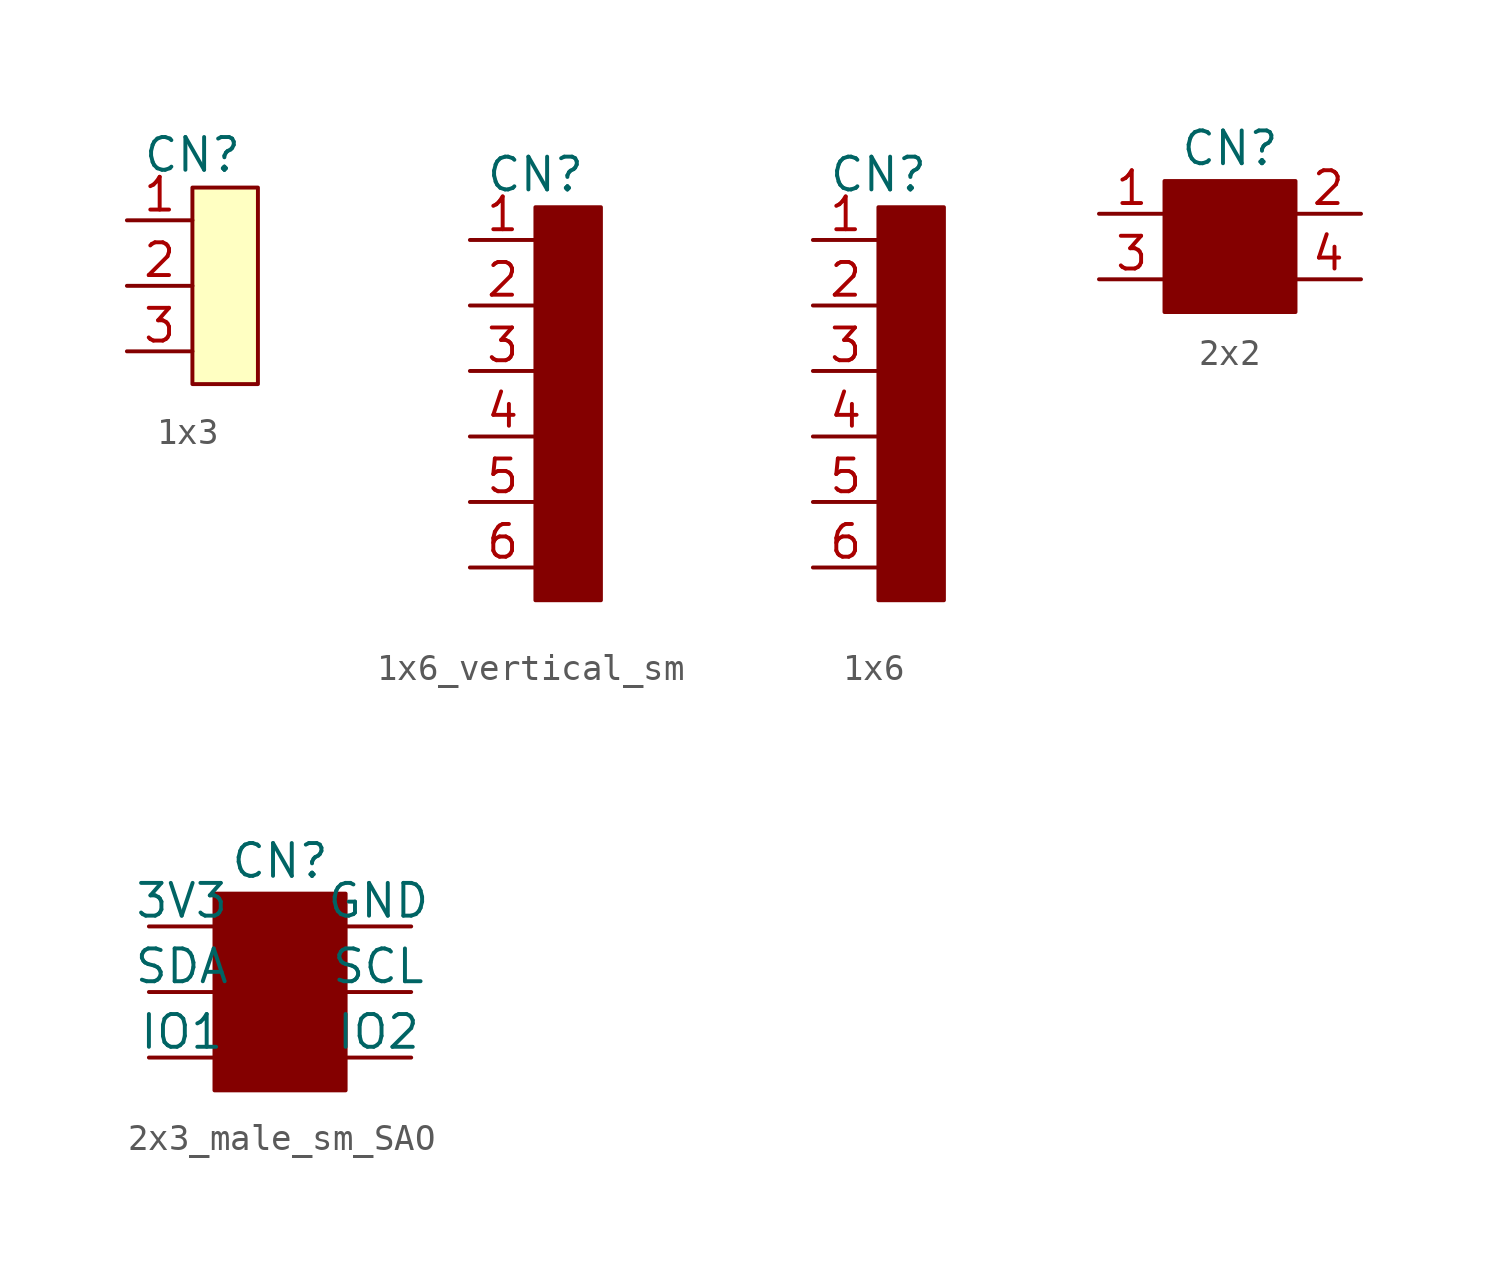
<source format=kicad_sym>
(kicad_symbol_lib
  (version 20220914)
  (generator kicad_symbol_editor)
  (symbol "1x3"
    (pin_names
      (offset 1.016))
    (property "Reference" "CN"
      (at 2.54 5.08 0)
      (effects (font (size 1.27 1.27))))
    (symbol "1x3_1_1"
      (rectangle (start 2.54 3.81) (end 5.08 -3.81) (stroke (width 0) (type solid)) (fill (type background)))
      (pin bidirectional line (at 0 2.54 0) (length 2.54) (name "~" (effects (font (size 1.27 1.27)))) (number "1" (effects (font (size 1.27 1.27)))))
      (pin bidirectional line (at 0 0 0) (length 2.54) (name "~" (effects (font (size 1.27 1.27)))) (number "2" (effects (font (size 1.27 1.27)))))
      (pin bidirectional line (at 0 -2.54 0) (length 2.54) (name "~" (effects (font (size 1.27 1.27)))) (number "3" (effects (font (size 1.27 1.27)))))))
  (symbol "1x6_vertical_sm"
    (pin_names
      (offset 1.016))
    (property "Reference" "CN"
      (at 2.54 7.62 0)
      (effects (font (size 1.27 1.27))))
    (symbol "1x6_vertical_sm_0_1"
      (rectangle (start 2.54 6.35) (end 5.08 -8.89) (stroke (width 0) (type solid)) (fill (type outline))))
    (symbol "1x6_vertical_sm_1_1"
      (pin bidirectional line (at 0 5.08 0) (length 2.54) (name "~" (effects (font (size 1.27 1.27)))) (number "1" (effects (font (size 1.27 1.27)))))
      (pin bidirectional line (at 0 2.54 0) (length 2.54) (name "~" (effects (font (size 1.27 1.27)))) (number "2" (effects (font (size 1.27 1.27)))))
      (pin bidirectional line (at 0 0 0) (length 2.54) (name "~" (effects (font (size 1.27 1.27)))) (number "3" (effects (font (size 1.27 1.27)))))
      (pin bidirectional line (at 0 -2.54 0) (length 2.54) (name "~" (effects (font (size 1.27 1.27)))) (number "4" (effects (font (size 1.27 1.27)))))
      (pin bidirectional line (at 0 -5.08 0) (length 2.54) (name "~" (effects (font (size 1.27 1.27)))) (number "5" (effects (font (size 1.27 1.27)))))
      (pin bidirectional line (at 0 -7.62 0) (length 2.54) (name "~" (effects (font (size 1.27 1.27)))) (number "6" (effects (font (size 1.27 1.27)))))))
  (symbol "1x6"
    (pin_names
      (offset 1.016))
    (property "Reference" "CN"
      (at 2.54 7.62 0)
      (effects (font (size 1.27 1.27))))
    (symbol "1x6_0_1"
      (rectangle (start 2.54 6.35) (end 5.08 -8.89) (stroke (width 0) (type solid)) (fill (type outline))))
    (symbol "1x6_1_1"
      (pin bidirectional line (at 0 5.08 0) (length 2.54) (name "~" (effects (font (size 1.27 1.27)))) (number "1" (effects (font (size 1.27 1.27)))))
      (pin bidirectional line (at 0 2.54 0) (length 2.54) (name "~" (effects (font (size 1.27 1.27)))) (number "2" (effects (font (size 1.27 1.27)))))
      (pin bidirectional line (at 0 0 0) (length 2.54) (name "~" (effects (font (size 1.27 1.27)))) (number "3" (effects (font (size 1.27 1.27)))))
      (pin bidirectional line (at 0 -2.54 0) (length 2.54) (name "~" (effects (font (size 1.27 1.27)))) (number "4" (effects (font (size 1.27 1.27)))))
      (pin bidirectional line (at 0 -5.08 0) (length 2.54) (name "~" (effects (font (size 1.27 1.27)))) (number "5" (effects (font (size 1.27 1.27)))))
      (pin bidirectional line (at 0 -7.62 0) (length 2.54) (name "~" (effects (font (size 1.27 1.27)))) (number "6" (effects (font (size 1.27 1.27)))))))
  (symbol "2x2"
    (pin_names
      (offset 1.016))
    (property "Reference" "CN"
      (at 0 2.54 0)
      (effects (font (size 1.27 1.27))))
    (symbol "2x2_0_1"
      (rectangle (start -2.54 1.27) (end 2.54 -3.81) (stroke (width 0) (type solid)) (fill (type outline))))
    (symbol "2x2_1_1"
      (pin bidirectional line (at -5.08 0 0) (length 2.54) (name "~" (effects (font (size 1.27 1.27)))) (number "1" (effects (font (size 1.27 1.27)))))
      (pin bidirectional line (at 5.08 0 180) (length 2.54) (name "~" (effects (font (size 1.27 1.27)))) (number "2" (effects (font (size 1.27 1.27)))))
      (pin bidirectional line (at -5.08 -2.54 0) (length 2.54) (name "~" (effects (font (size 1.27 1.27)))) (number "3" (effects (font (size 1.27 1.27)))))
      (pin bidirectional line (at 5.08 -2.54 180) (length 2.54) (name "~" (effects (font (size 1.27 1.27)))) (number "4" (effects (font (size 1.27 1.27)))))))
  (symbol "2x3_male_sm_SAO"
    (pin_numbers hide)
    (pin_names
      (offset 0))
    (property "Reference" "CN"
      (at 0 2.54 0)
      (effects (font (size 1.27 1.27))))
    (symbol "2x3_male_sm_SAO_0_1"
      (rectangle (start -2.54 1.27) (end 2.54 -6.35) (stroke (width 0) (type solid)) (fill (type outline))))
    (symbol "2x3_male_sm_SAO_1_1"
      (pin power_in line (at -5.08 0 0) (length 2.54) (name "3V3" (effects (font (size 1.27 1.27)))) (number "1" (effects (font (size 1.27 1.27)))))
      (pin power_out line (at 5.08 0 180) (length 2.54) (name "GND" (effects (font (size 1.27 1.27)))) (number "2" (effects (font (size 1.27 1.27)))))
      (pin bidirectional line (at -5.08 -2.54 0) (length 2.54) (name "SDA" (effects (font (size 1.27 1.27)))) (number "3" (effects (font (size 1.27 1.27)))))
      (pin bidirectional line (at -5.08 -5.08 0) (length 2.54) (name "IO1" (effects (font (size 1.27 1.27)))) (number "4" (effects (font (size 1.27 1.27)))))
      (pin input line (at 5.08 -2.54 180) (length 2.54) (name "SCL" (effects (font (size 1.27 1.27)))) (number "4" (effects (font (size 1.27 1.27)))))
      (pin bidirectional line (at 5.08 -5.08 180) (length 2.54) (name "IO2" (effects (font (size 1.27 1.27)))) (number "6" (effects (font (size 1.27 1.27))))))))
</source>
